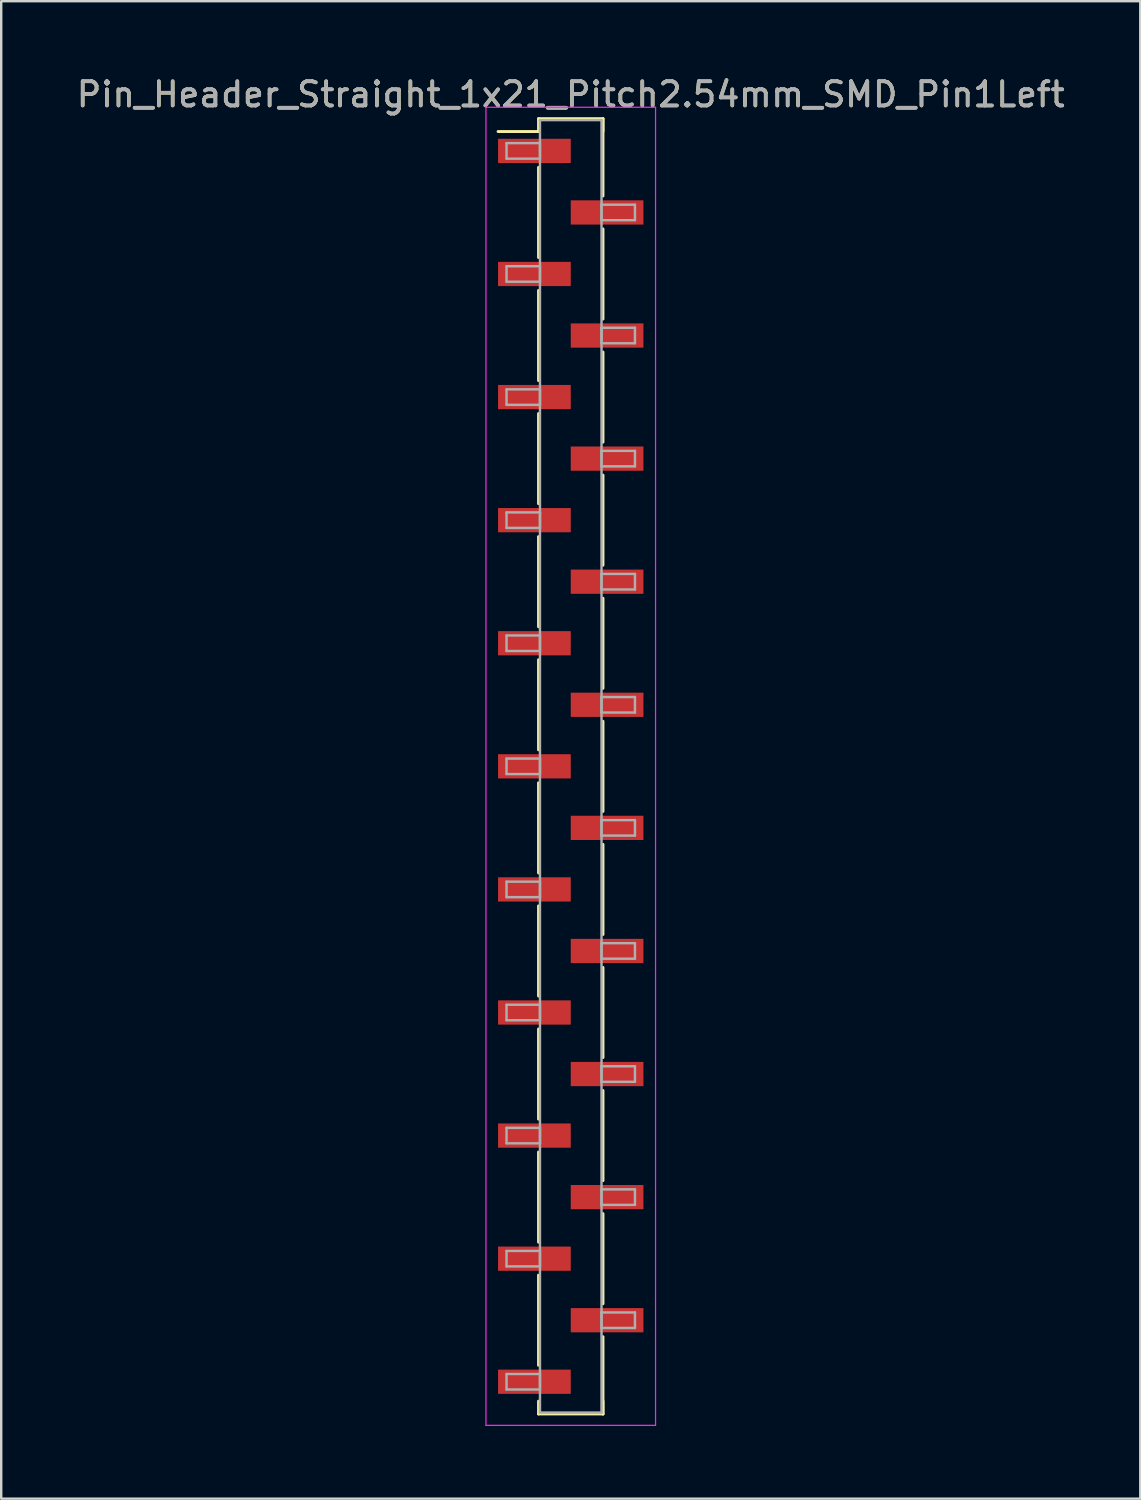
<source format=kicad_pcb>
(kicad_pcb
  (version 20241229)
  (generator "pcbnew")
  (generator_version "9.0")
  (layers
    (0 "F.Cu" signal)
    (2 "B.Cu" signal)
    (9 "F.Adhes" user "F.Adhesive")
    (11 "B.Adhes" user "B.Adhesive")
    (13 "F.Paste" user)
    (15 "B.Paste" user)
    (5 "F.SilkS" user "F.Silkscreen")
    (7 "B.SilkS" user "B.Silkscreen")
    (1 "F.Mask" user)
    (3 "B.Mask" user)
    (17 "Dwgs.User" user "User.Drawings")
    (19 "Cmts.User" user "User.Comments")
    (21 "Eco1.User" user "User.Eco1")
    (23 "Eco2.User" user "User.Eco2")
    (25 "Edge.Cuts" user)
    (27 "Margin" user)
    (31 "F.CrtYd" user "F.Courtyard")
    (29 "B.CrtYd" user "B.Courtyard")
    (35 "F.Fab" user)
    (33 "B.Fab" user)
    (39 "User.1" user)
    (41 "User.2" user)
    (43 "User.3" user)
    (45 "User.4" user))
  (footprint "Pin_Header_Straight_1x21_Pitch2.54mm_SMD_Pin1Left"
    (layer "F.Cu")
    (at 20.506 28.578)
    (property "Reference" "Pin_Header_Straight_1x21_Pitch2.54mm_SMD_Pin1Left" (at 0 -27.73 0) (layer "F.SilkS") (effects (font (size 1 1) (thickness 0.15))))
    (attr smd)
    (fp_line (start -1.33 -26.73) (end 1.33 -26.73) (stroke (width 0.12) (type solid)) (layer "F.SilkS"))
    (fp_line (start -1.33 -26.2) (end -3 -26.2) (stroke (width 0.12) (type solid)) (layer "F.SilkS"))
    (fp_line (start -1.33 -26.2) (end -1.33 -26.73) (stroke (width 0.12) (type solid)) (layer "F.SilkS"))
    (fp_line (start -1.33 -24.72) (end -1.33 -21) (stroke (width 0.12) (type solid)) (layer "F.SilkS"))
    (fp_line (start -1.33 -19.64) (end -1.33 -15.92) (stroke (width 0.12) (type solid)) (layer "F.SilkS"))
    (fp_line (start -1.33 -14.56) (end -1.33 -10.84) (stroke (width 0.12) (type solid)) (layer "F.SilkS"))
    (fp_line (start -1.33 -9.48) (end -1.33 -5.76) (stroke (width 0.12) (type solid)) (layer "F.SilkS"))
    (fp_line (start -1.33 -4.4) (end -1.33 -0.68) (stroke (width 0.12) (type solid)) (layer "F.SilkS"))
    (fp_line (start -1.33 0.68) (end -1.33 4.4) (stroke (width 0.12) (type solid)) (layer "F.SilkS"))
    (fp_line (start -1.33 5.76) (end -1.33 9.48) (stroke (width 0.12) (type solid)) (layer "F.SilkS"))
    (fp_line (start -1.33 10.84) (end -1.33 14.56) (stroke (width 0.12) (type solid)) (layer "F.SilkS"))
    (fp_line (start -1.33 15.92) (end -1.33 19.64) (stroke (width 0.12) (type solid)) (layer "F.SilkS"))
    (fp_line (start -1.33 21) (end -1.33 24.72) (stroke (width 0.12) (type solid)) (layer "F.SilkS"))
    (fp_line (start -1.33 26.2) (end -1.33 26.73) (stroke (width 0.12) (type solid)) (layer "F.SilkS"))
    (fp_line (start -1.33 26.73) (end 1.33 26.73) (stroke (width 0.12) (type solid)) (layer "F.SilkS"))
    (fp_line (start 1.33 -26.73) (end 1.33 -26.2) (stroke (width 0.12) (type solid)) (layer "F.SilkS"))
    (fp_line (start 1.33 -26.73) (end 1.33 -23.54) (stroke (width 0.12) (type solid)) (layer "F.SilkS"))
    (fp_line (start 1.33 -22.18) (end 1.33 -18.46) (stroke (width 0.12) (type solid)) (layer "F.SilkS"))
    (fp_line (start 1.33 -17.1) (end 1.33 -13.38) (stroke (width 0.12) (type solid)) (layer "F.SilkS"))
    (fp_line (start 1.33 -12.02) (end 1.33 -8.3) (stroke (width 0.12) (type solid)) (layer "F.SilkS"))
    (fp_line (start 1.33 -6.94) (end 1.33 -3.22) (stroke (width 0.12) (type solid)) (layer "F.SilkS"))
    (fp_line (start 1.33 -1.86) (end 1.33 1.86) (stroke (width 0.12) (type solid)) (layer "F.SilkS"))
    (fp_line (start 1.33 3.22) (end 1.33 6.94) (stroke (width 0.12) (type solid)) (layer "F.SilkS"))
    (fp_line (start 1.33 8.3) (end 1.33 12.02) (stroke (width 0.12) (type solid)) (layer "F.SilkS"))
    (fp_line (start 1.33 13.38) (end 1.33 17.1) (stroke (width 0.12) (type solid)) (layer "F.SilkS"))
    (fp_line (start 1.33 18.46) (end 1.33 22.18) (stroke (width 0.12) (type solid)) (layer "F.SilkS"))
    (fp_line (start 1.33 23.54) (end 1.33 26.73) (stroke (width 0.12) (type solid)) (layer "F.SilkS"))
    (fp_line (start 1.33 26.73) (end 1.33 26.2) (stroke (width 0.12) (type solid)) (layer "F.SilkS"))
    (fp_line (start -3.5 -27.2) (end -3.5 27.2) (stroke (width 0.05) (type solid)) (layer "F.CrtYd"))
    (fp_line (start -3.5 27.2) (end 3.5 27.2) (stroke (width 0.05) (type solid)) (layer "F.CrtYd"))
    (fp_line (start 3.5 -27.2) (end -3.5 -27.2) (stroke (width 0.05) (type solid)) (layer "F.CrtYd"))
    (fp_line (start 3.5 27.2) (end 3.5 -27.2) (stroke (width 0.05) (type solid)) (layer "F.CrtYd"))
    (fp_line (start -2.65 -25.72) (end -1.27 -25.72) (stroke (width 0.1) (type solid)) (layer "F.Fab"))
    (fp_line (start -2.65 -25.08) (end -2.65 -25.72) (stroke (width 0.1) (type solid)) (layer "F.Fab"))
    (fp_line (start -2.65 -20.64) (end -1.27 -20.64) (stroke (width 0.1) (type solid)) (layer "F.Fab"))
    (fp_line (start -2.65 -20) (end -2.65 -20.64) (stroke (width 0.1) (type solid)) (layer "F.Fab"))
    (fp_line (start -2.65 -15.56) (end -1.27 -15.56) (stroke (width 0.1) (type solid)) (layer "F.Fab"))
    (fp_line (start -2.65 -14.92) (end -2.65 -15.56) (stroke (width 0.1) (type solid)) (layer "F.Fab"))
    (fp_line (start -2.65 -10.48) (end -1.27 -10.48) (stroke (width 0.1) (type solid)) (layer "F.Fab"))
    (fp_line (start -2.65 -9.84) (end -2.65 -10.48) (stroke (width 0.1) (type solid)) (layer "F.Fab"))
    (fp_line (start -2.65 -5.4) (end -1.27 -5.4) (stroke (width 0.1) (type solid)) (layer "F.Fab"))
    (fp_line (start -2.65 -4.76) (end -2.65 -5.4) (stroke (width 0.1) (type solid)) (layer "F.Fab"))
    (fp_line (start -2.65 -0.32) (end -1.27 -0.32) (stroke (width 0.1) (type solid)) (layer "F.Fab"))
    (fp_line (start -2.65 0.32) (end -2.65 -0.32) (stroke (width 0.1) (type solid)) (layer "F.Fab"))
    (fp_line (start -2.65 4.76) (end -1.27 4.76) (stroke (width 0.1) (type solid)) (layer "F.Fab"))
    (fp_line (start -2.65 5.4) (end -2.65 4.76) (stroke (width 0.1) (type solid)) (layer "F.Fab"))
    (fp_line (start -2.65 9.84) (end -1.27 9.84) (stroke (width 0.1) (type solid)) (layer "F.Fab"))
    (fp_line (start -2.65 10.48) (end -2.65 9.84) (stroke (width 0.1) (type solid)) (layer "F.Fab"))
    (fp_line (start -2.65 14.92) (end -1.27 14.92) (stroke (width 0.1) (type solid)) (layer "F.Fab"))
    (fp_line (start -2.65 15.56) (end -2.65 14.92) (stroke (width 0.1) (type solid)) (layer "F.Fab"))
    (fp_line (start -2.65 20) (end -1.27 20) (stroke (width 0.1) (type solid)) (layer "F.Fab"))
    (fp_line (start -2.65 20.64) (end -2.65 20) (stroke (width 0.1) (type solid)) (layer "F.Fab"))
    (fp_line (start -2.65 25.08) (end -1.27 25.08) (stroke (width 0.1) (type solid)) (layer "F.Fab"))
    (fp_line (start -2.65 25.72) (end -2.65 25.08) (stroke (width 0.1) (type solid)) (layer "F.Fab"))
    (fp_line (start -1.27 -26.67) (end -1.27 26.67) (stroke (width 0.1) (type solid)) (layer "F.Fab"))
    (fp_line (start -1.27 -25.72) (end -1.27 -25.08) (stroke (width 0.1) (type solid)) (layer "F.Fab"))
    (fp_line (start -1.27 -25.08) (end -2.65 -25.08) (stroke (width 0.1) (type solid)) (layer "F.Fab"))
    (fp_line (start -1.27 -20.64) (end -1.27 -20) (stroke (width 0.1) (type solid)) (layer "F.Fab"))
    (fp_line (start -1.27 -20) (end -2.65 -20) (stroke (width 0.1) (type solid)) (layer "F.Fab"))
    (fp_line (start -1.27 -15.56) (end -1.27 -14.92) (stroke (width 0.1) (type solid)) (layer "F.Fab"))
    (fp_line (start -1.27 -14.92) (end -2.65 -14.92) (stroke (width 0.1) (type solid)) (layer "F.Fab"))
    (fp_line (start -1.27 -10.48) (end -1.27 -9.84) (stroke (width 0.1) (type solid)) (layer "F.Fab"))
    (fp_line (start -1.27 -9.84) (end -2.65 -9.84) (stroke (width 0.1) (type solid)) (layer "F.Fab"))
    (fp_line (start -1.27 -5.4) (end -1.27 -4.76) (stroke (width 0.1) (type solid)) (layer "F.Fab"))
    (fp_line (start -1.27 -4.76) (end -2.65 -4.76) (stroke (width 0.1) (type solid)) (layer "F.Fab"))
    (fp_line (start -1.27 -0.32) (end -1.27 0.32) (stroke (width 0.1) (type solid)) (layer "F.Fab"))
    (fp_line (start -1.27 0.32) (end -2.65 0.32) (stroke (width 0.1) (type solid)) (layer "F.Fab"))
    (fp_line (start -1.27 4.76) (end -1.27 5.4) (stroke (width 0.1) (type solid)) (layer "F.Fab"))
    (fp_line (start -1.27 5.4) (end -2.65 5.4) (stroke (width 0.1) (type solid)) (layer "F.Fab"))
    (fp_line (start -1.27 9.84) (end -1.27 10.48) (stroke (width 0.1) (type solid)) (layer "F.Fab"))
    (fp_line (start -1.27 10.48) (end -2.65 10.48) (stroke (width 0.1) (type solid)) (layer "F.Fab"))
    (fp_line (start -1.27 14.92) (end -1.27 15.56) (stroke (width 0.1) (type solid)) (layer "F.Fab"))
    (fp_line (start -1.27 15.56) (end -2.65 15.56) (stroke (width 0.1) (type solid)) (layer "F.Fab"))
    (fp_line (start -1.27 20) (end -1.27 20.64) (stroke (width 0.1) (type solid)) (layer "F.Fab"))
    (fp_line (start -1.27 20.64) (end -2.65 20.64) (stroke (width 0.1) (type solid)) (layer "F.Fab"))
    (fp_line (start -1.27 25.08) (end -1.27 25.72) (stroke (width 0.1) (type solid)) (layer "F.Fab"))
    (fp_line (start -1.27 25.72) (end -2.65 25.72) (stroke (width 0.1) (type solid)) (layer "F.Fab"))
    (fp_line (start -1.27 26.67) (end 1.27 26.67) (stroke (width 0.1) (type solid)) (layer "F.Fab"))
    (fp_line (start 1.27 -26.67) (end -1.27 -26.67) (stroke (width 0.1) (type solid)) (layer "F.Fab"))
    (fp_line (start 1.27 -23.18) (end 1.27 -22.54) (stroke (width 0.1) (type solid)) (layer "F.Fab"))
    (fp_line (start 1.27 -22.54) (end 2.65 -22.54) (stroke (width 0.1) (type solid)) (layer "F.Fab"))
    (fp_line (start 1.27 -18.1) (end 1.27 -17.46) (stroke (width 0.1) (type solid)) (layer "F.Fab"))
    (fp_line (start 1.27 -17.46) (end 2.65 -17.46) (stroke (width 0.1) (type solid)) (layer "F.Fab"))
    (fp_line (start 1.27 -13.02) (end 1.27 -12.38) (stroke (width 0.1) (type solid)) (layer "F.Fab"))
    (fp_line (start 1.27 -12.38) (end 2.65 -12.38) (stroke (width 0.1) (type solid)) (layer "F.Fab"))
    (fp_line (start 1.27 -7.94) (end 1.27 -7.3) (stroke (width 0.1) (type solid)) (layer "F.Fab"))
    (fp_line (start 1.27 -7.3) (end 2.65 -7.3) (stroke (width 0.1) (type solid)) (layer "F.Fab"))
    (fp_line (start 1.27 -2.86) (end 1.27 -2.22) (stroke (width 0.1) (type solid)) (layer "F.Fab"))
    (fp_line (start 1.27 -2.22) (end 2.65 -2.22) (stroke (width 0.1) (type solid)) (layer "F.Fab"))
    (fp_line (start 1.27 2.22) (end 1.27 2.86) (stroke (width 0.1) (type solid)) (layer "F.Fab"))
    (fp_line (start 1.27 2.86) (end 2.65 2.86) (stroke (width 0.1) (type solid)) (layer "F.Fab"))
    (fp_line (start 1.27 7.3) (end 1.27 7.94) (stroke (width 0.1) (type solid)) (layer "F.Fab"))
    (fp_line (start 1.27 7.94) (end 2.65 7.94) (stroke (width 0.1) (type solid)) (layer "F.Fab"))
    (fp_line (start 1.27 12.38) (end 1.27 13.02) (stroke (width 0.1) (type solid)) (layer "F.Fab"))
    (fp_line (start 1.27 13.02) (end 2.65 13.02) (stroke (width 0.1) (type solid)) (layer "F.Fab"))
    (fp_line (start 1.27 17.46) (end 1.27 18.1) (stroke (width 0.1) (type solid)) (layer "F.Fab"))
    (fp_line (start 1.27 18.1) (end 2.65 18.1) (stroke (width 0.1) (type solid)) (layer "F.Fab"))
    (fp_line (start 1.27 22.54) (end 1.27 23.18) (stroke (width 0.1) (type solid)) (layer "F.Fab"))
    (fp_line (start 1.27 23.18) (end 2.65 23.18) (stroke (width 0.1) (type solid)) (layer "F.Fab"))
    (fp_line (start 1.27 26.67) (end 1.27 -26.67) (stroke (width 0.1) (type solid)) (layer "F.Fab"))
    (fp_line (start 2.65 -23.18) (end 1.27 -23.18) (stroke (width 0.1) (type solid)) (layer "F.Fab"))
    (fp_line (start 2.65 -22.54) (end 2.65 -23.18) (stroke (width 0.1) (type solid)) (layer "F.Fab"))
    (fp_line (start 2.65 -18.1) (end 1.27 -18.1) (stroke (width 0.1) (type solid)) (layer "F.Fab"))
    (fp_line (start 2.65 -17.46) (end 2.65 -18.1) (stroke (width 0.1) (type solid)) (layer "F.Fab"))
    (fp_line (start 2.65 -13.02) (end 1.27 -13.02) (stroke (width 0.1) (type solid)) (layer "F.Fab"))
    (fp_line (start 2.65 -12.38) (end 2.65 -13.02) (stroke (width 0.1) (type solid)) (layer "F.Fab"))
    (fp_line (start 2.65 -7.94) (end 1.27 -7.94) (stroke (width 0.1) (type solid)) (layer "F.Fab"))
    (fp_line (start 2.65 -7.3) (end 2.65 -7.94) (stroke (width 0.1) (type solid)) (layer "F.Fab"))
    (fp_line (start 2.65 -2.86) (end 1.27 -2.86) (stroke (width 0.1) (type solid)) (layer "F.Fab"))
    (fp_line (start 2.65 -2.22) (end 2.65 -2.86) (stroke (width 0.1) (type solid)) (layer "F.Fab"))
    (fp_line (start 2.65 2.22) (end 1.27 2.22) (stroke (width 0.1) (type solid)) (layer "F.Fab"))
    (fp_line (start 2.65 2.86) (end 2.65 2.22) (stroke (width 0.1) (type solid)) (layer "F.Fab"))
    (fp_line (start 2.65 7.3) (end 1.27 7.3) (stroke (width 0.1) (type solid)) (layer "F.Fab"))
    (fp_line (start 2.65 7.94) (end 2.65 7.3) (stroke (width 0.1) (type solid)) (layer "F.Fab"))
    (fp_line (start 2.65 12.38) (end 1.27 12.38) (stroke (width 0.1) (type solid)) (layer "F.Fab"))
    (fp_line (start 2.65 13.02) (end 2.65 12.38) (stroke (width 0.1) (type solid)) (layer "F.Fab"))
    (fp_line (start 2.65 17.46) (end 1.27 17.46) (stroke (width 0.1) (type solid)) (layer "F.Fab"))
    (fp_line (start 2.65 18.1) (end 2.65 17.46) (stroke (width 0.1) (type solid)) (layer "F.Fab"))
    (fp_line (start 2.65 22.54) (end 1.27 22.54) (stroke (width 0.1) (type solid)) (layer "F.Fab"))
    (fp_line (start 2.65 23.18) (end 2.65 22.54) (stroke (width 0.1) (type solid)) (layer "F.Fab"))
    (fp_text user "${REFERENCE}" (at 0 -27.73 0) (layer "F.Fab") (effects (font (size 1 1) (thickness 0.15))))
    (pad "1" smd rect (at -1.5 -25.4) (size 3 1) (layers "F.Cu" "F.Mask" "F.Paste"))
    (pad "2" smd rect (at 1.5 -22.86) (size 3 1) (layers "F.Cu" "F.Mask" "F.Paste"))
    (pad "3" smd rect (at -1.5 -20.32) (size 3 1) (layers "F.Cu" "F.Mask" "F.Paste"))
    (pad "4" smd rect (at 1.5 -17.78) (size 3 1) (layers "F.Cu" "F.Mask" "F.Paste"))
    (pad "5" smd rect (at -1.5 -15.24) (size 3 1) (layers "F.Cu" "F.Mask" "F.Paste"))
    (pad "6" smd rect (at 1.5 -12.7) (size 3 1) (layers "F.Cu" "F.Mask" "F.Paste"))
    (pad "7" smd rect (at -1.5 -10.16) (size 3 1) (layers "F.Cu" "F.Mask" "F.Paste"))
    (pad "8" smd rect (at 1.5 -7.62) (size 3 1) (layers "F.Cu" "F.Mask" "F.Paste"))
    (pad "9" smd rect (at -1.5 -5.08) (size 3 1) (layers "F.Cu" "F.Mask" "F.Paste"))
    (pad "10" smd rect (at 1.5 -2.54) (size 3 1) (layers "F.Cu" "F.Mask" "F.Paste"))
    (pad "11" smd rect (at -1.5 0) (size 3 1) (layers "F.Cu" "F.Mask" "F.Paste"))
    (pad "12" smd rect (at 1.5 2.54) (size 3 1) (layers "F.Cu" "F.Mask" "F.Paste"))
    (pad "13" smd rect (at -1.5 5.08) (size 3 1) (layers "F.Cu" "F.Mask" "F.Paste"))
    (pad "14" smd rect (at 1.5 7.62) (size 3 1) (layers "F.Cu" "F.Mask" "F.Paste"))
    (pad "15" smd rect (at -1.5 10.16) (size 3 1) (layers "F.Cu" "F.Mask" "F.Paste"))
    (pad "16" smd rect (at 1.5 12.7) (size 3 1) (layers "F.Cu" "F.Mask" "F.Paste"))
    (pad "17" smd rect (at -1.5 15.24) (size 3 1) (layers "F.Cu" "F.Mask" "F.Paste"))
    (pad "18" smd rect (at 1.5 17.78) (size 3 1) (layers "F.Cu" "F.Mask" "F.Paste"))
    (pad "19" smd rect (at -1.5 20.32) (size 3 1) (layers "F.Cu" "F.Mask" "F.Paste"))
    (pad "20" smd rect (at 1.5 22.86) (size 3 1) (layers "F.Cu" "F.Mask" "F.Paste"))
    (pad "21" smd rect (at -1.5 25.4) (size 3 1) (layers "F.Cu" "F.Mask" "F.Paste")))
  (gr_rect
    (start -3 -3)
    (end 44.012 58.803)
    (stroke (width 0.1) (type default))
    (fill no)
    (layer "Edge.Cuts")))
</source>
